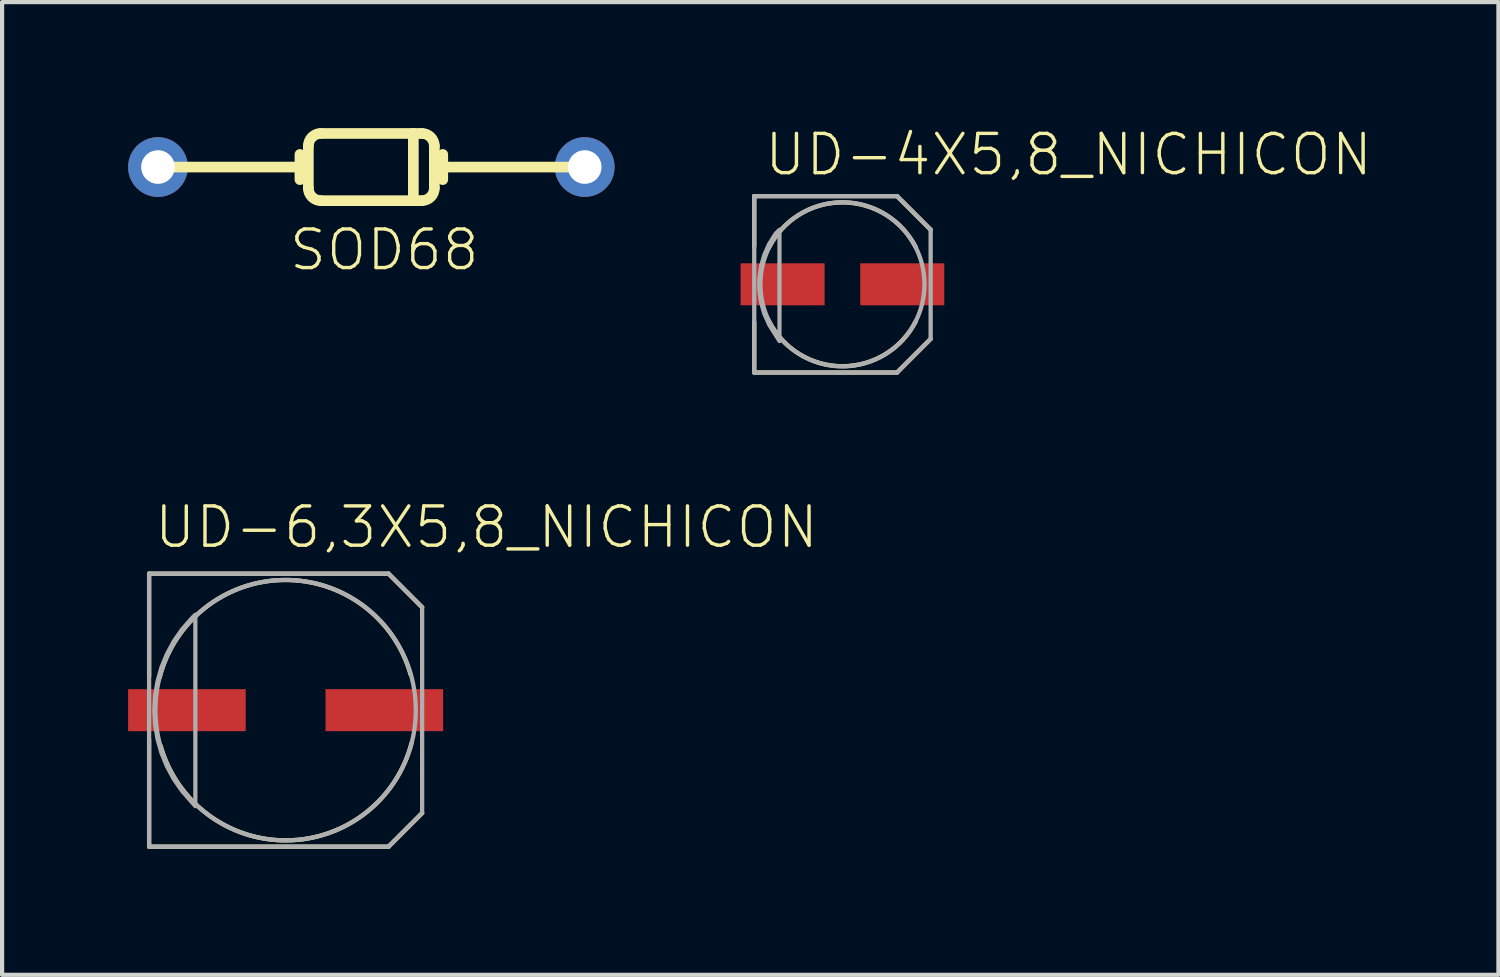
<source format=kicad_pcb>
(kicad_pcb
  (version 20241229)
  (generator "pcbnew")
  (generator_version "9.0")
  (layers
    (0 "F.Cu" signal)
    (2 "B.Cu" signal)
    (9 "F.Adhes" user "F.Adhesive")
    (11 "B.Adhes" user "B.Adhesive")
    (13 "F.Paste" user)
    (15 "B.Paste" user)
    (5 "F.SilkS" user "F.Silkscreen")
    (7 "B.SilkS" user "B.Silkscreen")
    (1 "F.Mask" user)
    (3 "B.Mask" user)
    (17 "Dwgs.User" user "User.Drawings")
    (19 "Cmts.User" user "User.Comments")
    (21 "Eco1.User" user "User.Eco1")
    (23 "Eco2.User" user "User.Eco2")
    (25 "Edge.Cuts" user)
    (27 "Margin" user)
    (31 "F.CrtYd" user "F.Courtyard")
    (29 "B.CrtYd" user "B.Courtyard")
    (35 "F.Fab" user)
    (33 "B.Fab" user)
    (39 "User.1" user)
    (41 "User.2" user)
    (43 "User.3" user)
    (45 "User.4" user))
  (footprint "UD-4X5,8_NICHICON"
    (layer "F.Cu")
    (at 17.007 3.719)
    (property "Reference" "UD-4X5,8_NICHICON" (at -1.905 -2.54 0) (layer "F.SilkS") (effects (font (size 0.935 0.935) (thickness 0.081)) (justify left bottom)))
    (fp_line (start -2.1 -2.1) (end 1.3 -2.1) (stroke (width 0.102) (type solid)) (layer "F.SilkS"))
    (fp_line (start -2.1 -0.9) (end -2.1 -2.1) (stroke (width 0.102) (type solid)) (layer "F.SilkS"))
    (fp_line (start -2.1 2.1) (end -2.1 0.9) (stroke (width 0.102) (type solid)) (layer "F.SilkS"))
    (fp_line (start 1.3 -2.1) (end 2.1 -1.3) (stroke (width 0.102) (type solid)) (layer "F.SilkS"))
    (fp_line (start 1.3 2.1) (end -2.1 2.1) (stroke (width 0.102) (type solid)) (layer "F.SilkS"))
    (fp_line (start 2.1 1.3) (end 1.3 2.1) (stroke (width 0.102) (type solid)) (layer "F.SilkS"))
    (fp_arc (start -1.75 -0.875) (mid -0.000001 -1.950175) (end 1.749999 -0.875002) (stroke (width 0.1016) (type solid)) (layer "F.SilkS"))
    (fp_arc (start 1.75 0.875) (mid 0.000001 1.950175) (end -1.749999 0.875002) (stroke (width 0.1016) (type solid)) (layer "F.SilkS"))
    (fp_line (start -2.1 -2.1) (end 1.3 -2.1) (stroke (width 0.102) (type solid)) (layer "F.Fab"))
    (fp_line (start -2.1 2.1) (end -2.1 -2.1) (stroke (width 0.102) (type solid)) (layer "F.Fab"))
    (fp_line (start 1.3 -2.1) (end 2.1 -1.3) (stroke (width 0.102) (type solid)) (layer "F.Fab"))
    (fp_line (start 1.3 2.1) (end -2.1 2.1) (stroke (width 0.102) (type solid)) (layer "F.Fab"))
    (fp_line (start 2.1 -1.3) (end 2.1 1.3) (stroke (width 0.102) (type solid)) (layer "F.Fab"))
    (fp_line (start 2.1 1.3) (end 1.3 2.1) (stroke (width 0.102) (type solid)) (layer "F.Fab"))
    (fp_circle (center 0 0) (end 1.953 0) (stroke (width 0.102) (type solid)) (fill no) (layer "F.Fab"))
    (fp_poly (pts (xy -1.499 1.351) (xy -1.743 0.963) (xy -1.86 0.701) (xy -1.939 0.426) (xy -1.979 0.143) (xy -1.979 -0.143) (xy -1.939 -0.426) (xy -1.86 -0.701) (xy -1.743 -0.963) (xy -1.59 -1.207) (xy -1.499 -1.298)) (stroke (width 0.1) (type solid)) (fill no) (layer "F.Fab"))
    (pad "+" smd rect (at 1.425 0) (size 2 1) (layers "F.Cu" "F.Mask" "F.Paste"))
    (pad "-" smd rect (at -1.425 0) (size 2 1) (layers "F.Cu" "F.Mask" "F.Paste")))
  (footprint "UD-6,3X5,8_NICHICON"
    (layer "F.Cu")
    (at 3.75 13.858)
    (property "Reference" "UD-6,3X5,8_NICHICON" (at -3.175 -3.81 0) (layer "F.SilkS") (effects (font (size 0.935 0.935) (thickness 0.081)) (justify left bottom)))
    (fp_line (start -3.25 -3.25) (end 2.45 -3.25) (stroke (width 0.102) (type solid)) (layer "F.SilkS"))
    (fp_line (start -3.25 -0.8) (end -3.25 -3.25) (stroke (width 0.102) (type solid)) (layer "F.SilkS"))
    (fp_line (start -3.25 3.25) (end -3.25 0.7) (stroke (width 0.102) (type solid)) (layer "F.SilkS"))
    (fp_line (start 2.45 -3.25) (end 3.25 -2.45) (stroke (width 0.102) (type solid)) (layer "F.SilkS"))
    (fp_line (start 2.45 3.25) (end -3.25 3.25) (stroke (width 0.102) (type solid)) (layer "F.SilkS"))
    (fp_line (start 3.25 2.45) (end 2.45 3.25) (stroke (width 0.102) (type solid)) (layer "F.SilkS"))
    (fp_arc (start -3 -0.775) (mid -0.04121 -3.099781) (end 2.975001 -0.85) (stroke (width 0.1016) (type solid)) (layer "F.SilkS"))
    (fp_arc (start 3 0.775) (mid 0.04121 3.099781) (end -2.975001 0.85) (stroke (width 0.1016) (type solid)) (layer "F.SilkS"))
    (fp_line (start -3.25 -3.25) (end 2.45 -3.25) (stroke (width 0.102) (type solid)) (layer "F.Fab"))
    (fp_line (start -3.25 3.25) (end -3.25 -3.25) (stroke (width 0.102) (type solid)) (layer "F.Fab"))
    (fp_line (start 2.45 -3.25) (end 3.25 -2.45) (stroke (width 0.102) (type solid)) (layer "F.Fab"))
    (fp_line (start 2.45 3.25) (end -3.25 3.25) (stroke (width 0.102) (type solid)) (layer "F.Fab"))
    (fp_line (start 3.25 -2.45) (end 3.25 2.45) (stroke (width 0.102) (type solid)) (layer "F.Fab"))
    (fp_line (start 3.25 2.45) (end 2.45 3.25) (stroke (width 0.102) (type solid)) (layer "F.Fab"))
    (fp_circle (center 0 0) (end 3.1 0) (stroke (width 0.102) (type solid)) (fill no) (layer "F.Fab"))
    (fp_poly (pts (xy -2.149 2.285) (xy -2.464 1.925) (xy -2.661 1.642) (xy -2.825 1.338) (xy -2.956 1.018) (xy -3.05 0.686) (xy -3.107 0.345) (xy -3.126 0.000001) (xy -3.107 -0.345) (xy -3.05 -0.686) (xy -2.956 -1.018) (xy -2.825 -1.338) (xy -2.661 -1.642) (xy -2.464 -1.925) (xy -2.237 -2.185) (xy -2.149 -2.273)) (stroke (width 0.1) (type solid)) (fill no) (layer "F.Fab"))
    (pad "+" smd rect (at 2.35 0) (size 2.8 1) (layers "F.Cu" "F.Mask" "F.Paste"))
    (pad "-" smd rect (at -2.35 0) (size 2.8 1) (layers "F.Cu" "F.Mask" "F.Paste")))
  (footprint "SOD68"
    (layer "F.Cu")
    (at 5.791 0.927)
    (property "Reference" "SOD68" (at -2 2.51 0) (layer "F.SilkS") (effects (font (size 0.92 0.92) (thickness 0.08)) (justify left bottom)))
    (fp_line (start -5.08 0) (end -1.6 0) (stroke (width 0.254) (type solid)) (layer "F.SilkS"))
    (fp_line (start -1.7 -0.3) (end -1.7 0.3) (stroke (width 0.254) (type solid)) (layer "F.SilkS"))
    (fp_line (start -1.5 0.5) (end -1.5 -0.5) (stroke (width 0.254) (type solid)) (layer "F.SilkS"))
    (fp_line (start -1.2 -0.8) (end 1 -0.8) (stroke (width 0.254) (type solid)) (layer "F.SilkS"))
    (fp_line (start 1 -0.8) (end 1 0.8) (stroke (width 0.254) (type solid)) (layer "F.SilkS"))
    (fp_line (start 1 -0.8) (end 1.2 -0.8) (stroke (width 0.254) (type solid)) (layer "F.SilkS"))
    (fp_line (start 1 0.8) (end -1.2 0.8) (stroke (width 0.254) (type solid)) (layer "F.SilkS"))
    (fp_line (start 1.2 0.8) (end 1 0.8) (stroke (width 0.254) (type solid)) (layer "F.SilkS"))
    (fp_line (start 1.5 -0.5) (end 1.5 0) (stroke (width 0.254) (type solid)) (layer "F.SilkS"))
    (fp_line (start 1.5 0) (end 1.5 0.5) (stroke (width 0.254) (type solid)) (layer "F.SilkS"))
    (fp_line (start 1.7 -0.3) (end 1.7 0.3) (stroke (width 0.254) (type solid)) (layer "F.SilkS"))
    (fp_line (start 5.08 0) (end 1.5 0) (stroke (width 0.254) (type solid)) (layer "F.SilkS"))
    (fp_arc (start -1.5 -0.5) (mid -1.412132 -0.712132) (end -1.2 -0.8) (stroke (width 0.254) (type solid)) (layer "F.SilkS"))
    (fp_arc (start -1.2 0.8) (mid -1.412132 0.712132) (end -1.5 0.5) (stroke (width 0.254) (type solid)) (layer "F.SilkS"))
    (fp_arc (start 1.2 -0.8) (mid 1.412132 -0.712132) (end 1.5 -0.5) (stroke (width 0.254) (type solid)) (layer "F.SilkS"))
    (fp_arc (start 1.5 0.5) (mid 1.412132 0.712132) (end 1.2 0.8) (stroke (width 0.254) (type solid)) (layer "F.SilkS"))
    (pad "A" thru_hole circle (at -5.08 0) (size 1.422 1.422) (drill 0.8) (layers "*.Cu" "*.Mask"))
    (pad "C" thru_hole circle (at 5.08 0) (size 1.422 1.422) (drill 0.8) (layers "*.Cu" "*.Mask")))
  (gr_rect
    (start -3 -3)
    (end 32.625 20.159)
    (stroke (width 0.1) (type default))
    (fill no)
    (layer "Edge.Cuts")))
</source>
